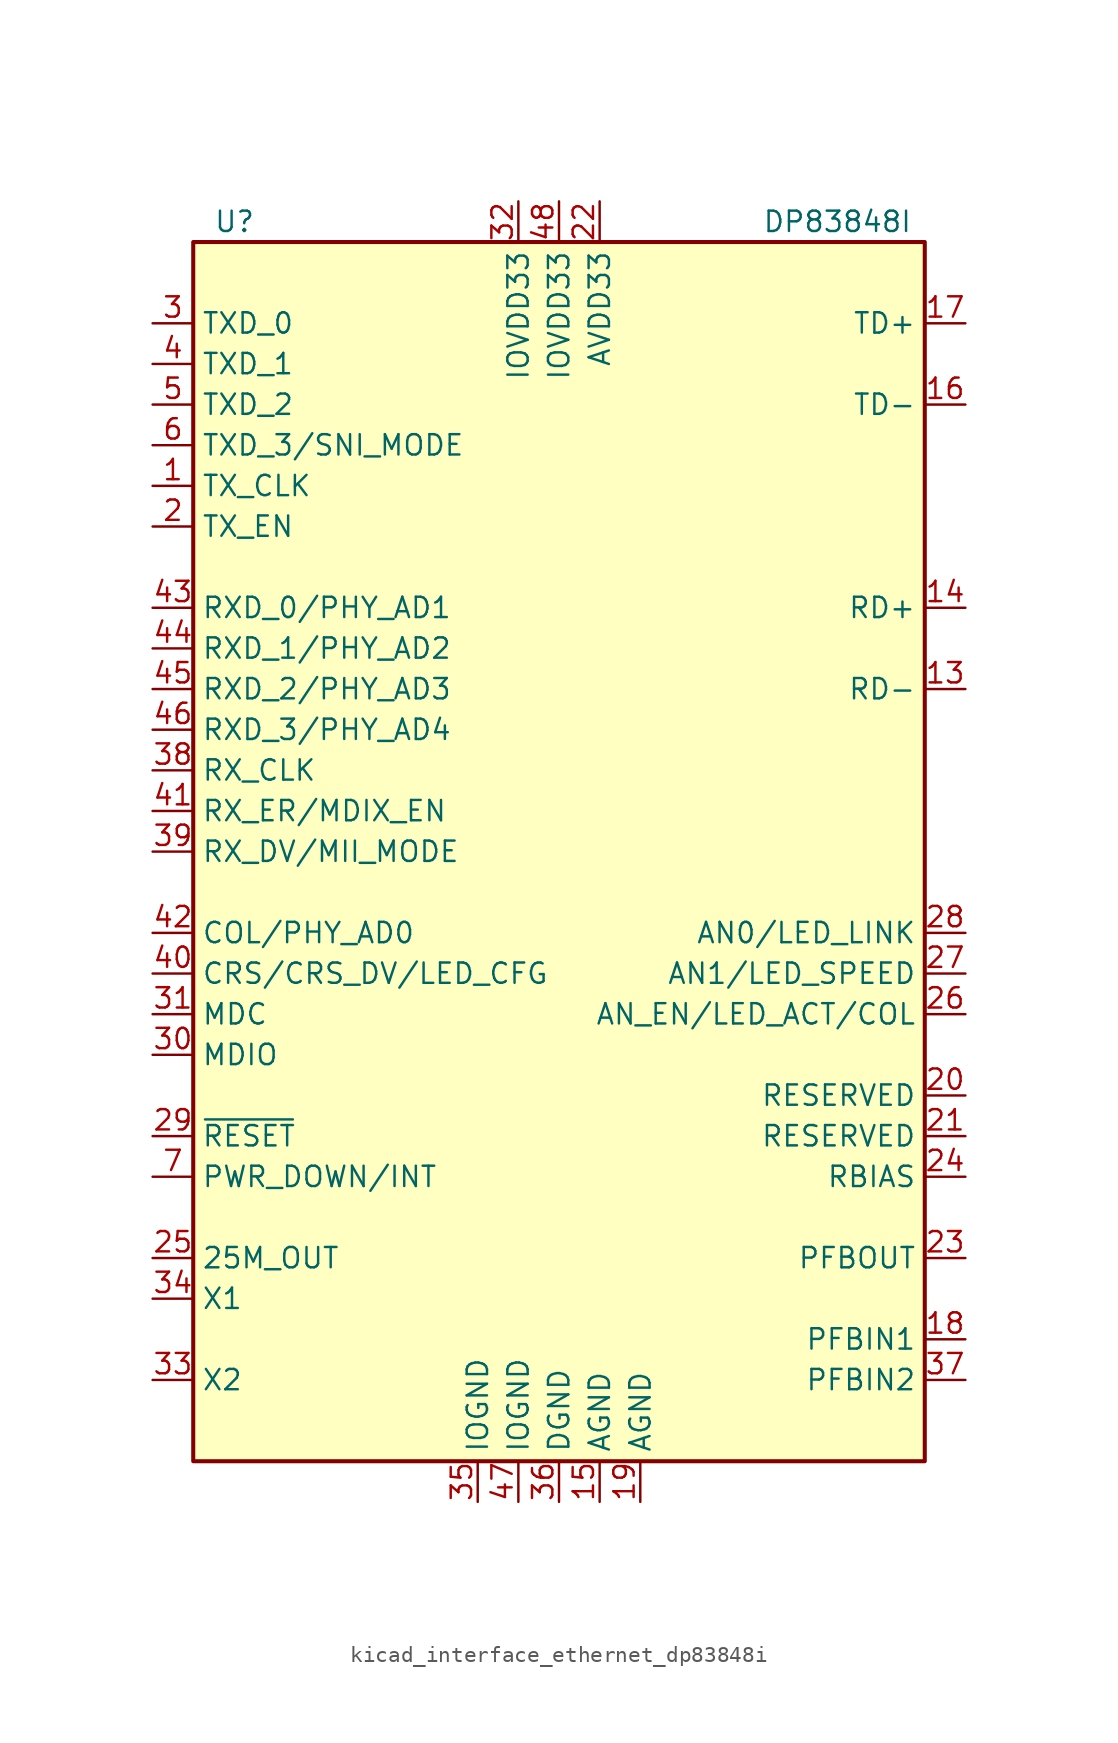
<source format=kicad_sym>
(kicad_symbol_lib
  (version 20220914)
  (generator kicad_symbol_editor)
  (symbol "kicad_interface_ethernet_dp83848i"
    (property "Reference" "U"
      (at -21.59 39.37 0)
      (effects (font (size 1.27 1.27)) (justify left)))
    (property "Value" "DP83848I"
      (at 12.7 39.37 0)
      (effects (font (size 1.27 1.27)) (justify left)))
    (symbol "kicad_interface_ethernet_dp83848i_0_1"
      (rectangle (start -22.86 38.1) (end 22.86 -38.1) (stroke (width 0.254) (type default)) (fill (type background))))
    (symbol "kicad_interface_ethernet_dp83848i_1_1"
      (pin output line (at -25.4 22.86 0) (length 2.54) (name "TX_CLK" (effects (font (size 1.27 1.27)))) (number "1" (effects (font (size 1.27 1.27)))))
      (pin passive line (at 25.4 10.16 180) (length 2.54) (name "RD-" (effects (font (size 1.27 1.27)))) (number "13" (effects (font (size 1.27 1.27)))))
      (pin passive line (at 25.4 15.24 180) (length 2.54) (name "RD+" (effects (font (size 1.27 1.27)))) (number "14" (effects (font (size 1.27 1.27)))))
      (pin power_in line (at 2.54 -40.64 90) (length 2.54) (name "AGND" (effects (font (size 1.27 1.27)))) (number "15" (effects (font (size 1.27 1.27)))))
      (pin passive line (at 25.4 27.94 180) (length 2.54) (name "TD-" (effects (font (size 1.27 1.27)))) (number "16" (effects (font (size 1.27 1.27)))))
      (pin passive line (at 25.4 33.02 180) (length 2.54) (name "TD+" (effects (font (size 1.27 1.27)))) (number "17" (effects (font (size 1.27 1.27)))))
      (pin passive line (at 25.4 -30.48 180) (length 2.54) (name "PFBIN1" (effects (font (size 1.27 1.27)))) (number "18" (effects (font (size 1.27 1.27)))))
      (pin power_in line (at 5.08 -40.64 90) (length 2.54) (name "AGND" (effects (font (size 1.27 1.27)))) (number "19" (effects (font (size 1.27 1.27)))))
      (pin input line (at -25.4 20.32 0) (length 2.54) (name "TX_EN" (effects (font (size 1.27 1.27)))) (number "2" (effects (font (size 1.27 1.27)))))
      (pin passive line (at 25.4 -15.24 180) (length 2.54) (name "RESERVED" (effects (font (size 1.27 1.27)))) (number "20" (effects (font (size 1.27 1.27)))))
      (pin passive line (at 25.4 -17.78 180) (length 2.54) (name "RESERVED" (effects (font (size 1.27 1.27)))) (number "21" (effects (font (size 1.27 1.27)))))
      (pin power_in line (at 2.54 40.64 270) (length 2.54) (name "AVDD33" (effects (font (size 1.27 1.27)))) (number "22" (effects (font (size 1.27 1.27)))))
      (pin passive line (at 25.4 -25.4 180) (length 2.54) (name "PFBOUT" (effects (font (size 1.27 1.27)))) (number "23" (effects (font (size 1.27 1.27)))))
      (pin passive line (at 25.4 -20.32 180) (length 2.54) (name "RBIAS" (effects (font (size 1.27 1.27)))) (number "24" (effects (font (size 1.27 1.27)))))
      (pin output line (at -25.4 -25.4 0) (length 2.54) (name "25M_OUT" (effects (font (size 1.27 1.27)))) (number "25" (effects (font (size 1.27 1.27)))))
      (pin output line (at 25.4 -10.16 180) (length 2.54) (name "AN_EN/LED_ACT/COL" (effects (font (size 1.27 1.27)))) (number "26" (effects (font (size 1.27 1.27)))))
      (pin output line (at 25.4 -7.62 180) (length 2.54) (name "AN1/LED_SPEED" (effects (font (size 1.27 1.27)))) (number "27" (effects (font (size 1.27 1.27)))))
      (pin output line (at 25.4 -5.08 180) (length 2.54) (name "AN0/LED_LINK" (effects (font (size 1.27 1.27)))) (number "28" (effects (font (size 1.27 1.27)))))
      (pin input line (at -25.4 -17.78 0) (length 2.54) (name "~{RESET}" (effects (font (size 1.27 1.27)))) (number "29" (effects (font (size 1.27 1.27)))))
      (pin input line (at -25.4 33.02 0) (length 2.54) (name "TXD_0" (effects (font (size 1.27 1.27)))) (number "3" (effects (font (size 1.27 1.27)))))
      (pin bidirectional line (at -25.4 -12.7 0) (length 2.54) (name "MDIO" (effects (font (size 1.27 1.27)))) (number "30" (effects (font (size 1.27 1.27)))))
      (pin input line (at -25.4 -10.16 0) (length 2.54) (name "MDC" (effects (font (size 1.27 1.27)))) (number "31" (effects (font (size 1.27 1.27)))))
      (pin power_in line (at -2.54 40.64 270) (length 2.54) (name "IOVDD33" (effects (font (size 1.27 1.27)))) (number "32" (effects (font (size 1.27 1.27)))))
      (pin output line (at -25.4 -33.02 0) (length 2.54) (name "X2" (effects (font (size 1.27 1.27)))) (number "33" (effects (font (size 1.27 1.27)))))
      (pin input line (at -25.4 -27.94 0) (length 2.54) (name "X1" (effects (font (size 1.27 1.27)))) (number "34" (effects (font (size 1.27 1.27)))))
      (pin power_in line (at -5.08 -40.64 90) (length 2.54) (name "IOGND" (effects (font (size 1.27 1.27)))) (number "35" (effects (font (size 1.27 1.27)))))
      (pin power_in line (at 0 -40.64 90) (length 2.54) (name "DGND" (effects (font (size 1.27 1.27)))) (number "36" (effects (font (size 1.27 1.27)))))
      (pin passive line (at 25.4 -33.02 180) (length 2.54) (name "PFBIN2" (effects (font (size 1.27 1.27)))) (number "37" (effects (font (size 1.27 1.27)))))
      (pin output line (at -25.4 5.08 0) (length 2.54) (name "RX_CLK" (effects (font (size 1.27 1.27)))) (number "38" (effects (font (size 1.27 1.27)))))
      (pin output line (at -25.4 0 0) (length 2.54) (name "RX_DV/MII_MODE" (effects (font (size 1.27 1.27)))) (number "39" (effects (font (size 1.27 1.27)))))
      (pin input line (at -25.4 30.48 0) (length 2.54) (name "TXD_1" (effects (font (size 1.27 1.27)))) (number "4" (effects (font (size 1.27 1.27)))))
      (pin output line (at -25.4 -7.62 0) (length 2.54) (name "CRS/CRS_DV/LED_CFG" (effects (font (size 1.27 1.27)))) (number "40" (effects (font (size 1.27 1.27)))))
      (pin output line (at -25.4 2.54 0) (length 2.54) (name "RX_ER/MDIX_EN" (effects (font (size 1.27 1.27)))) (number "41" (effects (font (size 1.27 1.27)))))
      (pin output line (at -25.4 -5.08 0) (length 2.54) (name "COL/PHY_AD0" (effects (font (size 1.27 1.27)))) (number "42" (effects (font (size 1.27 1.27)))))
      (pin output line (at -25.4 15.24 0) (length 2.54) (name "RXD_0/PHY_AD1" (effects (font (size 1.27 1.27)))) (number "43" (effects (font (size 1.27 1.27)))))
      (pin output line (at -25.4 12.7 0) (length 2.54) (name "RXD_1/PHY_AD2" (effects (font (size 1.27 1.27)))) (number "44" (effects (font (size 1.27 1.27)))))
      (pin output line (at -25.4 10.16 0) (length 2.54) (name "RXD_2/PHY_AD3" (effects (font (size 1.27 1.27)))) (number "45" (effects (font (size 1.27 1.27)))))
      (pin output line (at -25.4 7.62 0) (length 2.54) (name "RXD_3/PHY_AD4" (effects (font (size 1.27 1.27)))) (number "46" (effects (font (size 1.27 1.27)))))
      (pin power_in line (at -2.54 -40.64 90) (length 2.54) (name "IOGND" (effects (font (size 1.27 1.27)))) (number "47" (effects (font (size 1.27 1.27)))))
      (pin power_in line (at 0 40.64 270) (length 2.54) (name "IOVDD33" (effects (font (size 1.27 1.27)))) (number "48" (effects (font (size 1.27 1.27)))))
      (pin input line (at -25.4 27.94 0) (length 2.54) (name "TXD_2" (effects (font (size 1.27 1.27)))) (number "5" (effects (font (size 1.27 1.27)))))
      (pin input line (at -25.4 25.4 0) (length 2.54) (name "TXD_3/SNI_MODE" (effects (font (size 1.27 1.27)))) (number "6" (effects (font (size 1.27 1.27)))))
      (pin input line (at -25.4 -20.32 0) (length 2.54) (name "PWR_DOWN/INT" (effects (font (size 1.27 1.27)))) (number "7" (effects (font (size 1.27 1.27))))))))
</source>
